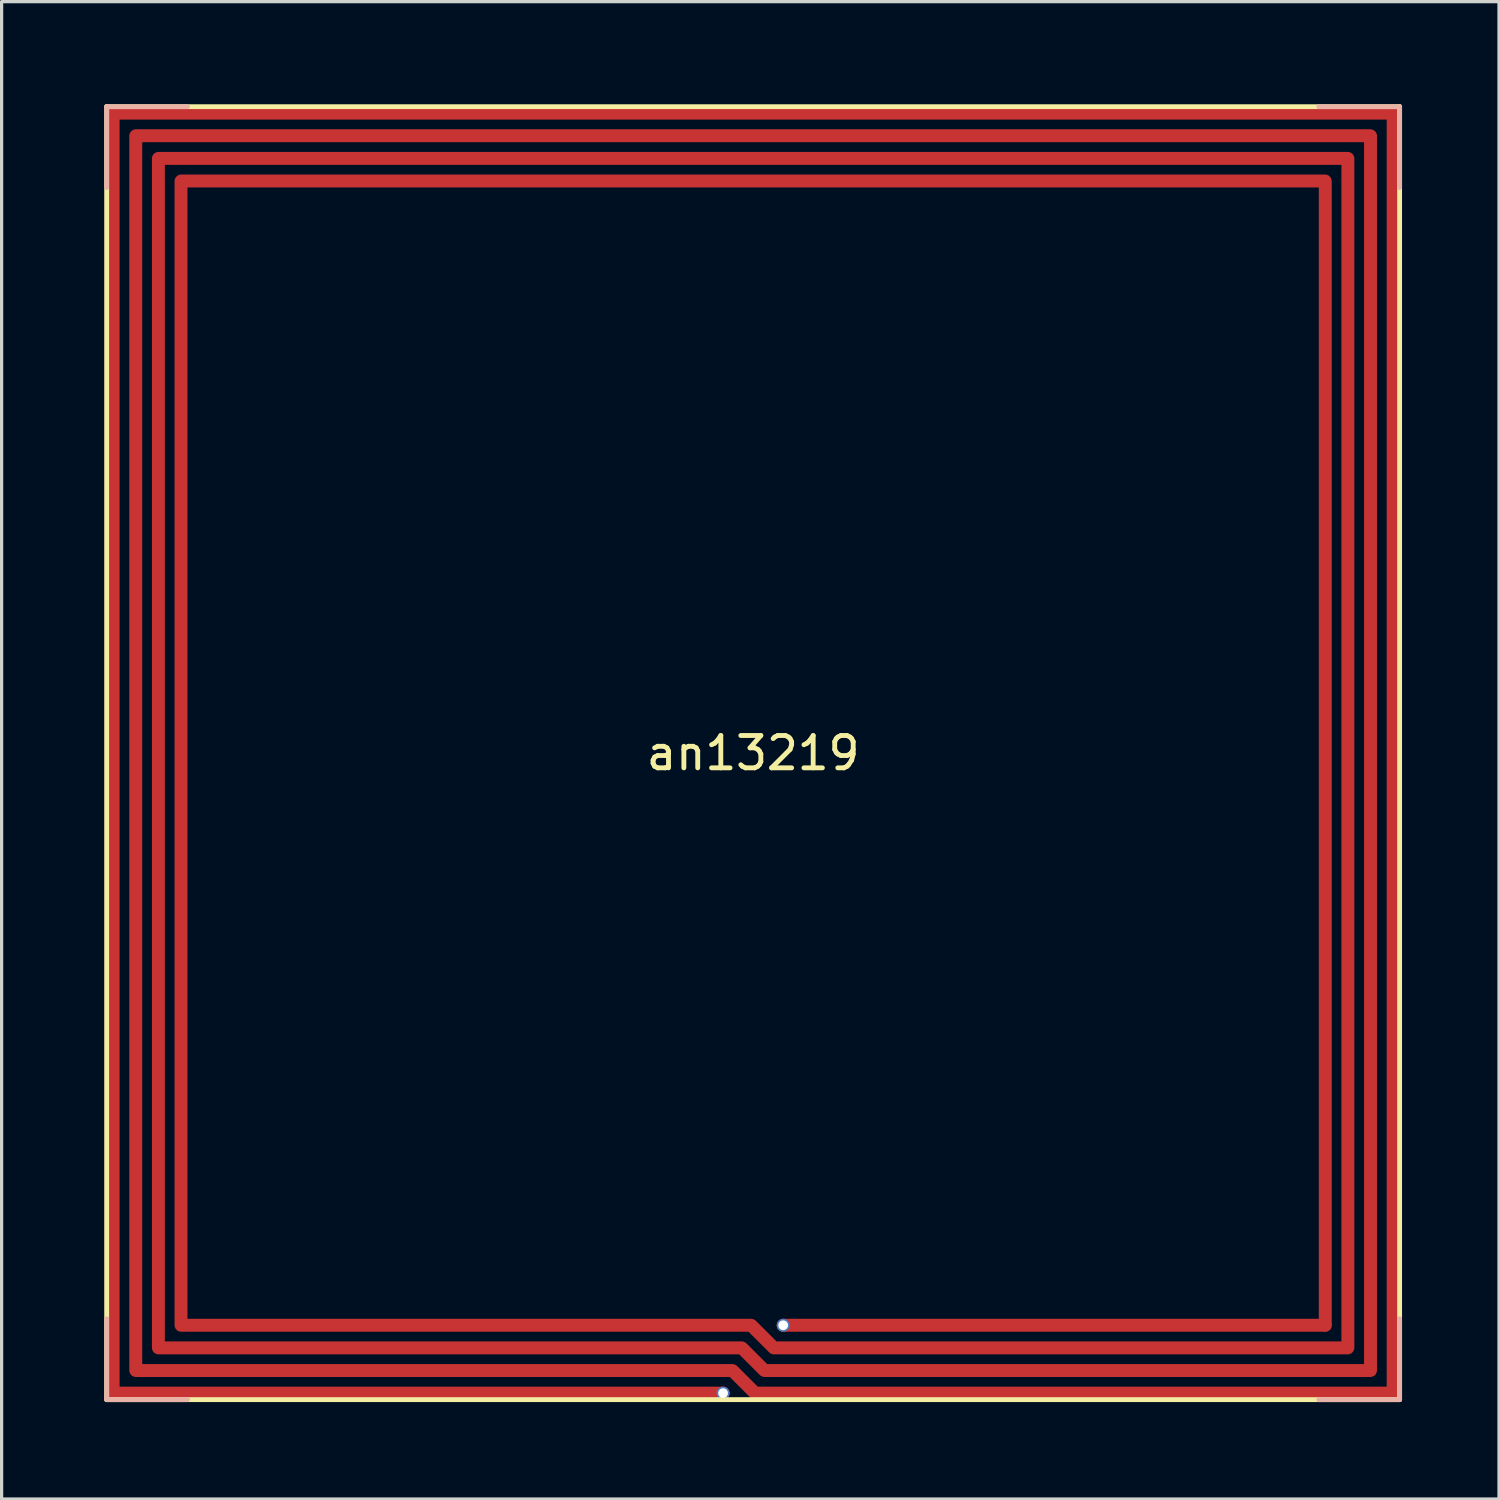
<source format=kicad_pcb>
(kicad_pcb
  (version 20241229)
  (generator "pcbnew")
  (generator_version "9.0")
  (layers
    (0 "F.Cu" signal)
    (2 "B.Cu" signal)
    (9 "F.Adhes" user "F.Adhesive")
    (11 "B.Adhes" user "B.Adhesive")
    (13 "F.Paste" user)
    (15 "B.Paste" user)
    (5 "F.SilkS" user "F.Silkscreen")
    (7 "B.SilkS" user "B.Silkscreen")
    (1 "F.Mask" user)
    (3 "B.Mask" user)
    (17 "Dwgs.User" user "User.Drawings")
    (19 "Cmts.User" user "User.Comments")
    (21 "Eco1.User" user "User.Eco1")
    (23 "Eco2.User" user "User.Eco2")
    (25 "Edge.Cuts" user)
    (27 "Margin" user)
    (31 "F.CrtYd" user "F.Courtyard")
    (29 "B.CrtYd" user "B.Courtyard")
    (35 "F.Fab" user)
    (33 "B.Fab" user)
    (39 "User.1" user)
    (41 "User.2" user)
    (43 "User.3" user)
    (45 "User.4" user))
  (footprint "an13219"
    (layer "F.Cu")
    (at 0.25 0.25)
    (property "Reference" "an13219" (at 20 20 0) (layer "F.SilkS") (effects (font (size 1 1) (thickness 0.15))))
    (attr through_hole)
    (fp_line (start 0 0) (end 40 0) (stroke (width 0.15) (type solid)) (layer "F.SilkS"))
    (fp_line (start 0 40) (end 0 0) (stroke (width 0.15) (type solid)) (layer "F.SilkS"))
    (fp_line (start 40 0) (end 40 40) (stroke (width 0.15) (type solid)) (layer "F.SilkS"))
    (fp_line (start 40 40) (end 0 40) (stroke (width 0.15) (type solid)) (layer "F.SilkS"))
    (fp_line (start 0 0) (end 0 2.5) (stroke (width 0.15) (type solid)) (layer "B.SilkS"))
    (fp_line (start 0 0) (end 2.5 0) (stroke (width 0.15) (type solid)) (layer "B.SilkS"))
    (fp_line (start 0 40) (end 0 37.5) (stroke (width 0.15) (type solid)) (layer "B.SilkS"))
    (fp_line (start 0 40) (end 2.5 40) (stroke (width 0.15) (type solid)) (layer "B.SilkS"))
    (fp_line (start 40 0) (end 37.5 0) (stroke (width 0.15) (type solid)) (layer "B.SilkS"))
    (fp_line (start 40 0) (end 40 2.5) (stroke (width 0.15) (type solid)) (layer "B.SilkS"))
    (fp_line (start 40 40) (end 37.5 40) (stroke (width 0.15) (type solid)) (layer "B.SilkS"))
    (fp_line (start 40 40) (end 40 37.5) (stroke (width 0.15) (type solid)) (layer "B.SilkS"))
    (pad "1" thru_hole circle (at 19.07 39.8) (size 0.4 0.4) (drill 0.3) (layers "*.Cu" "*.Mask"))
    (pad "1" smd custom (at 19.07 39.8) (size 0.4 0.4) (layers "F.Cu") (options (anchor circle)) (primitives (gr_line (start 0 0) (end -18.87 0) (width 0.4)) (gr_line (start -18.87 0) (end -18.87 -39.6) (width 0.4)) (gr_line (start -18.87 -39.6) (end 20.73 -39.6) (width 0.4)) (gr_line (start 20.73 -39.6) (end 20.73 0) (width 0.4)) (gr_line (start 20.73 0) (end 0.99 0) (width 0.4)) (gr_line (start 0.99 0) (end 0.29 -0.7) (width 0.4)) (gr_line (start 0.29 -0.7) (end -18.17 -0.7) (width 0.4)) (gr_line (start -18.17 -0.7) (end -18.17 -38.9) (width 0.4)) (gr_line (start -18.17 -38.9) (end 20.03 -38.9) (width 0.4)) (gr_line (start 20.03 -38.9) (end 20.03 -0.7) (width 0.4)) (gr_line (start 20.03 -0.7) (end 1.28 -0.7) (width 0.4)) (gr_line (start 1.28 -0.7) (end 0.58 -1.4) (width 0.4)) (gr_line (start 0.58 -1.4) (end -17.47 -1.4) (width 0.4)) (gr_line (start -17.47 -1.4) (end -17.47 -38.2) (width 0.4)) (gr_line (start -17.47 -38.2) (end 19.33 -38.2) (width 0.4)) (gr_line (start 19.33 -38.2) (end 19.33 -1.4) (width 0.4)) (gr_line (start 19.33 -1.4) (end 1.57 -1.4) (width 0.4)) (gr_line (start 1.57 -1.4) (end 0.87 -2.1) (width 0.4)) (gr_line (start 0.87 -2.1) (end -16.77 -2.1) (width 0.4)) (gr_line (start -16.77 -2.1) (end -16.77 -37.5) (width 0.4)) (gr_line (start -16.77 -37.5) (end 18.63 -37.5) (width 0.4)) (gr_line (start 18.63 -37.5) (end 18.63 -2.1) (width 0.4))))
    (pad "2" thru_hole circle (at 20.93 37.7) (size 0.4 0.4) (drill 0.3) (layers "*.Cu" "*.Mask"))
    (pad "2" smd custom (at 20.93 37.7) (size 0.4 0.4) (layers "F.Cu") (options (anchor circle)) (primitives (gr_line (start 0 0) (end 16.77 0) (width 0.4)))))
  (gr_rect
    (start -3 -3)
    (end 43.325 43.325)
    (stroke (width 0.1) (type default))
    (fill no)
    (layer "Edge.Cuts")))
</source>
